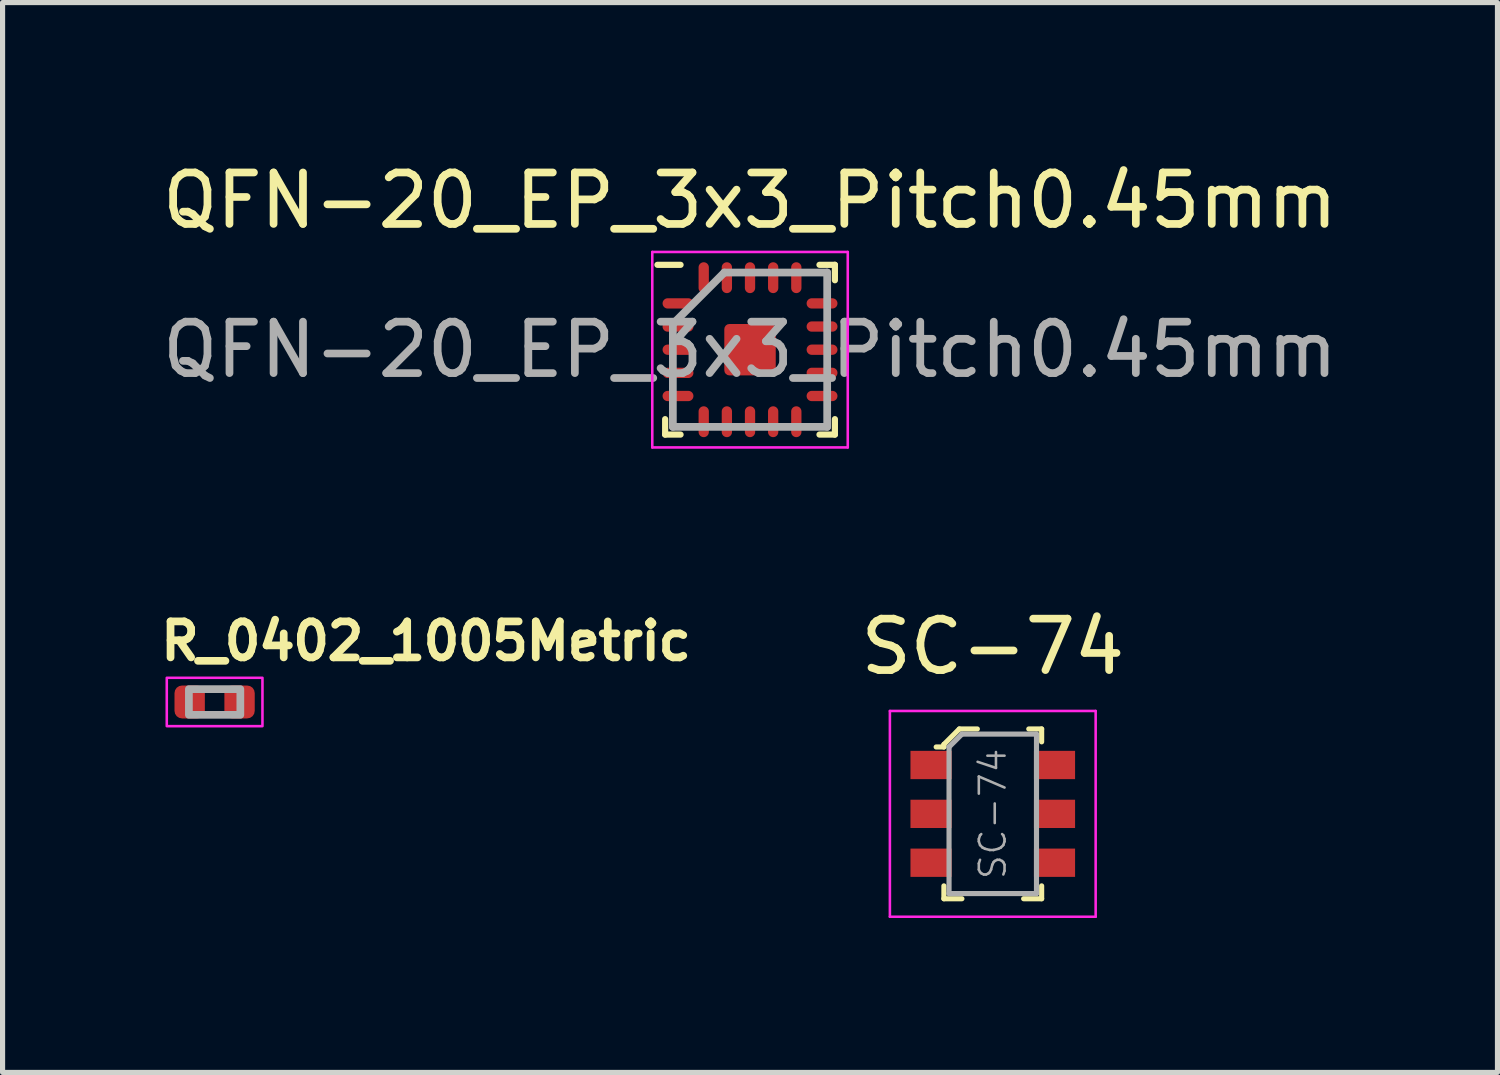
<source format=kicad_pcb>
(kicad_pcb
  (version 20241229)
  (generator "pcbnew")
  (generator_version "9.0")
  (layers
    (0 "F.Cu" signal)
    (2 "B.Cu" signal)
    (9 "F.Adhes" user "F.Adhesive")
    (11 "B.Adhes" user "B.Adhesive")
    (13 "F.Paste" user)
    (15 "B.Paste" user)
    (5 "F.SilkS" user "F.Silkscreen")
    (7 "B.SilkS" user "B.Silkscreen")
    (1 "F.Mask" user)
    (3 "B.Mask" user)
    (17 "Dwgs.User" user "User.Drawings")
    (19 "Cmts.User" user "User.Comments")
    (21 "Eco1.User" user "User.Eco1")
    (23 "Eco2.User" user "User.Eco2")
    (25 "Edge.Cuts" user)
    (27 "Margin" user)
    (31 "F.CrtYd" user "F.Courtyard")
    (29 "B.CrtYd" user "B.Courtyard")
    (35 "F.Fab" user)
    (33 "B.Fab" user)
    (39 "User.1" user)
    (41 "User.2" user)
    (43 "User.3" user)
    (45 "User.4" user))
  (footprint "R_0402_1005Metric"
    (layer "F.Cu")
    (at 1.122 10.596)
    (property "Reference" "R_0402_1005Metric" (at -1.122 -0.773 0) (layer "F.SilkS") (effects (font (size 0.7 0.7) (thickness 0.15)) (justify left bottom)))
    (attr smd)
    (fp_rect (start -0.93 -0.47) (end 0.93 0.47) (stroke (width 0.05) (type solid)) (fill no) (layer "F.CrtYd"))
    (fp_rect (start -0.5 -0.25) (end 0.5 0.25) (stroke (width 0.15) (type solid)) (fill no) (layer "F.Fab"))
    (fp_rect (start -0.5 -0.25) (end 0.5 0.25) (stroke (width 0.1) (type solid)) (fill no) (layer "User.5"))
    (fp_line (start -0.5 0.248) (end -0.5 -0.25) (stroke (width 0.02) (type solid)) (layer "User.9"))
    (fp_line (start -0.25 -0.25) (end -0.5 -0.25) (stroke (width 0.02) (type solid)) (layer "User.9"))
    (fp_line (start -0.25 0.248) (end -0.5 0.248) (stroke (width 0.02) (type solid)) (layer "User.9"))
    (fp_line (start -0.25 0.248) (end -0.25 -0.25) (stroke (width 0.02) (type solid)) (layer "User.9"))
    (fp_line (start 0.248 -0.25) (end 0.248 0.248) (stroke (width 0.02) (type solid)) (layer "User.9"))
    (fp_line (start 0.248 -0.232) (end -0.25 -0.232) (stroke (width 0.02) (type solid)) (layer "User.9"))
    (fp_line (start 0.248 0.23) (end -0.25 0.23) (stroke (width 0.02) (type solid)) (layer "User.9"))
    (fp_line (start 0.248 0.248) (end 0.498 0.248) (stroke (width 0.02) (type solid)) (layer "User.9"))
    (fp_line (start 0.498 -0.25) (end 0.248 -0.25) (stroke (width 0.02) (type solid)) (layer "User.9"))
    (fp_line (start 0.498 0.248) (end 0.498 -0.25) (stroke (width 0.02) (type solid)) (layer "User.9"))
    (pad "1" smd roundrect (at -0.485 0) (size 0.59 0.64) (layers "F.Cu" "F.Mask" "F.Paste") (roundrect_rratio 0.25))
    (pad "2" smd roundrect (at 0.485 0) (size 0.59 0.64) (layers "F.Cu" "F.Mask" "F.Paste") (roundrect_rratio 0.25)))
  (footprint "SC-74"
    (layer "F.Cu")
    (at 16.249 12.771)
    (property "Reference" "SC-74" (at 0 -3.25 0) (layer "F.SilkS") (effects (font (size 1 1) (thickness 0.15))))
    (attr smd)
    (fp_line (start -0.95 -1.35) (end -0.95 -1.3) (stroke (width 0.1) (type solid)) (layer "F.SilkS"))
    (fp_line (start -0.95 -1.3) (end -1.1 -1.3) (stroke (width 0.1) (type solid)) (layer "F.SilkS"))
    (fp_line (start -0.95 1.4) (end -0.95 1.65) (stroke (width 0.1) (type solid)) (layer "F.SilkS"))
    (fp_line (start -0.95 1.65) (end -0.6 1.65) (stroke (width 0.1) (type solid)) (layer "F.SilkS"))
    (fp_line (start -0.65 -1.65) (end -0.95 -1.35) (stroke (width 0.1) (type solid)) (layer "F.SilkS"))
    (fp_line (start -0.3 -1.65) (end -0.65 -1.65) (stroke (width 0.1) (type solid)) (layer "F.SilkS"))
    (fp_line (start 0.7 -1.65) (end 0.95 -1.65) (stroke (width 0.1) (type solid)) (layer "F.SilkS"))
    (fp_line (start 0.95 -1.65) (end 0.95 -1.4) (stroke (width 0.1) (type solid)) (layer "F.SilkS"))
    (fp_line (start 0.95 1.4) (end 0.95 1.65) (stroke (width 0.1) (type solid)) (layer "F.SilkS"))
    (fp_line (start 0.95 1.65) (end 0.6 1.65) (stroke (width 0.1) (type solid)) (layer "F.SilkS"))
    (fp_line (start -2 -2) (end 2 -2) (stroke (width 0.05) (type solid)) (layer "F.CrtYd"))
    (fp_line (start -2 2) (end -2 -2) (stroke (width 0.05) (type solid)) (layer "F.CrtYd"))
    (fp_line (start -2 2) (end 2 2) (stroke (width 0.05) (type solid)) (layer "F.CrtYd"))
    (fp_line (start 2 2) (end 2 -2) (stroke (width 0.05) (type solid)) (layer "F.CrtYd"))
    (fp_line (start -0.85 -1.3) (end -0.85 1.55) (stroke (width 0.1) (type solid)) (layer "F.Fab"))
    (fp_line (start -0.85 -1.3) (end -0.6 -1.55) (stroke (width 0.1) (type solid)) (layer "F.Fab"))
    (fp_line (start -0.85 1.55) (end 0.85 1.55) (stroke (width 0.1) (type solid)) (layer "F.Fab"))
    (fp_line (start 0.85 -1.55) (end -0.6 -1.55) (stroke (width 0.1) (type solid)) (layer "F.Fab"))
    (fp_line (start 0.85 -1.55) (end 0.85 1.55) (stroke (width 0.1) (type solid)) (layer "F.Fab"))
    (fp_text user "${REFERENCE}" (at 0 0 90) (layer "F.Fab") (effects (font (size 0.5 0.5) (thickness 0.05))))
    (pad "1" smd rect (at -1.2 -0.95) (size 0.8 0.55) (layers "F.Cu" "F.Mask" "F.Paste"))
    (pad "2" smd rect (at -1.2 0) (size 0.8 0.55) (layers "F.Cu" "F.Mask" "F.Paste"))
    (pad "3" smd rect (at -1.2 0.95) (size 0.8 0.55) (layers "F.Cu" "F.Mask" "F.Paste"))
    (pad "4" smd rect (at 1.2 0.95) (size 0.8 0.55) (layers "F.Cu" "F.Mask" "F.Paste"))
    (pad "5" smd rect (at 1.2 0) (size 0.8 0.55) (layers "F.Cu" "F.Mask" "F.Paste"))
    (pad "6" smd rect (at 1.2 -0.95) (size 0.8 0.55) (layers "F.Cu" "F.Mask" "F.Paste")))
  (footprint "QFN-20_EP_3x3_Pitch0.45mm"
    (layer "F.Cu")
    (at 11.53 3.748)
    (property "Reference" "QFN-20_EP_3x3_Pitch0.45mm" (at 0 -2.9 0) (layer "F.SilkS") (effects (font (size 1 1) (thickness 0.15))))
    (attr smd)
    (fp_line (start -1.65 1.65) (end -1.65 1.35) (stroke (width 0.12) (type solid)) (layer "F.SilkS"))
    (fp_line (start -1.35 -1.65) (end -1.8 -1.65) (stroke (width 0.12) (type solid)) (layer "F.SilkS"))
    (fp_line (start -1.35 1.65) (end -1.65 1.65) (stroke (width 0.12) (type solid)) (layer "F.SilkS"))
    (fp_line (start 1.35 -1.65) (end 1.65 -1.65) (stroke (width 0.12) (type solid)) (layer "F.SilkS"))
    (fp_line (start 1.35 1.65) (end 1.65 1.65) (stroke (width 0.12) (type solid)) (layer "F.SilkS"))
    (fp_line (start 1.65 -1.65) (end 1.65 -1.35) (stroke (width 0.12) (type solid)) (layer "F.SilkS"))
    (fp_line (start 1.65 1.65) (end 1.65 1.35) (stroke (width 0.12) (type solid)) (layer "F.SilkS"))
    (fp_line (start -1.9 -1.9) (end 1.9 -1.9) (stroke (width 0.05) (type solid)) (layer "F.CrtYd"))
    (fp_line (start -1.9 1.9) (end -1.9 -1.9) (stroke (width 0.05) (type solid)) (layer "F.CrtYd"))
    (fp_line (start 1.9 -1.9) (end 1.9 1.9) (stroke (width 0.05) (type solid)) (layer "F.CrtYd"))
    (fp_line (start 1.9 1.9) (end -1.9 1.9) (stroke (width 0.05) (type solid)) (layer "F.CrtYd"))
    (fp_line (start -1.5 -0.5) (end -1.5 1.5) (stroke (width 0.15) (type solid)) (layer "F.Fab"))
    (fp_line (start -1.5 1.5) (end 1.5 1.5) (stroke (width 0.15) (type solid)) (layer "F.Fab"))
    (fp_line (start -0.5 -1.5) (end -1.5 -0.5) (stroke (width 0.15) (type solid)) (layer "F.Fab"))
    (fp_line (start 1.5 -1.5) (end -0.5 -1.5) (stroke (width 0.15) (type solid)) (layer "F.Fab"))
    (fp_line (start 1.5 1.5) (end 1.5 -1.5) (stroke (width 0.15) (type solid)) (layer "F.Fab"))
    (fp_text user "${REFERENCE}" (at 0 0 0) (layer "F.Fab") (effects (font (size 1 1) (thickness 0.15))))
    (pad "1" smd oval (at -1.4 -0.9 90) (size 0.2 0.6) (layers "F.Cu" "F.Mask" "F.Paste"))
    (pad "2" smd oval (at -1.4 -0.45 90) (size 0.2 0.6) (layers "F.Cu" "F.Mask" "F.Paste"))
    (pad "3" smd oval (at -1.4 0 90) (size 0.2 0.6) (layers "F.Cu" "F.Mask" "F.Paste"))
    (pad "4" smd oval (at -1.4 0.45 90) (size 0.2 0.6) (layers "F.Cu" "F.Mask" "F.Paste"))
    (pad "5" smd oval (at -1.4 0.9 90) (size 0.2 0.6) (layers "F.Cu" "F.Mask" "F.Paste"))
    (pad "6" smd oval (at -0.9 1.4) (size 0.2 0.6) (layers "F.Cu" "F.Mask" "F.Paste"))
    (pad "7" smd oval (at -0.45 1.4) (size 0.2 0.6) (layers "F.Cu" "F.Mask" "F.Paste"))
    (pad "8" smd oval (at 0 1.4) (size 0.2 0.6) (layers "F.Cu" "F.Mask" "F.Paste"))
    (pad "9" smd oval (at 0.45 1.4) (size 0.2 0.6) (layers "F.Cu" "F.Mask" "F.Paste"))
    (pad "10" smd oval (at 0.9 1.4) (size 0.2 0.6) (layers "F.Cu" "F.Mask" "F.Paste"))
    (pad "11" smd oval (at 1.4 0.9 90) (size 0.2 0.6) (layers "F.Cu" "F.Mask" "F.Paste"))
    (pad "12" smd oval (at 1.4 0.45 90) (size 0.2 0.6) (layers "F.Cu" "F.Mask" "F.Paste"))
    (pad "13" smd oval (at 1.4 0 90) (size 0.2 0.6) (layers "F.Cu" "F.Mask" "F.Paste"))
    (pad "14" smd oval (at 1.4 -0.45 90) (size 0.2 0.6) (layers "F.Cu" "F.Mask" "F.Paste"))
    (pad "15" smd oval (at 1.4 -0.9 90) (size 0.2 0.6) (layers "F.Cu" "F.Mask" "F.Paste"))
    (pad "16" smd oval (at 0.9 -1.4) (size 0.2 0.6) (layers "F.Cu" "F.Mask" "F.Paste"))
    (pad "17" smd oval (at 0.45 -1.4) (size 0.2 0.6) (layers "F.Cu" "F.Mask" "F.Paste"))
    (pad "18" smd oval (at 0 -1.4) (size 0.2 0.6) (layers "F.Cu" "F.Mask" "F.Paste"))
    (pad "19" smd oval (at -0.45 -1.4) (size 0.2 0.6) (layers "F.Cu" "F.Mask" "F.Paste"))
    (pad "20" smd oval (at -0.9 -1.4) (size 0.2 0.6) (layers "F.Cu" "F.Mask" "F.Paste"))
    (pad "21" smd roundrect (at 0 0) (size 1 1) (layers "F.Cu" "F.Mask" "F.Paste") (roundrect_rratio 0.1)))
  (gr_rect
    (start -3 -3)
    (end 26.06 17.797)
    (stroke (width 0.1) (type default))
    (fill no)
    (layer "Edge.Cuts")))
</source>
